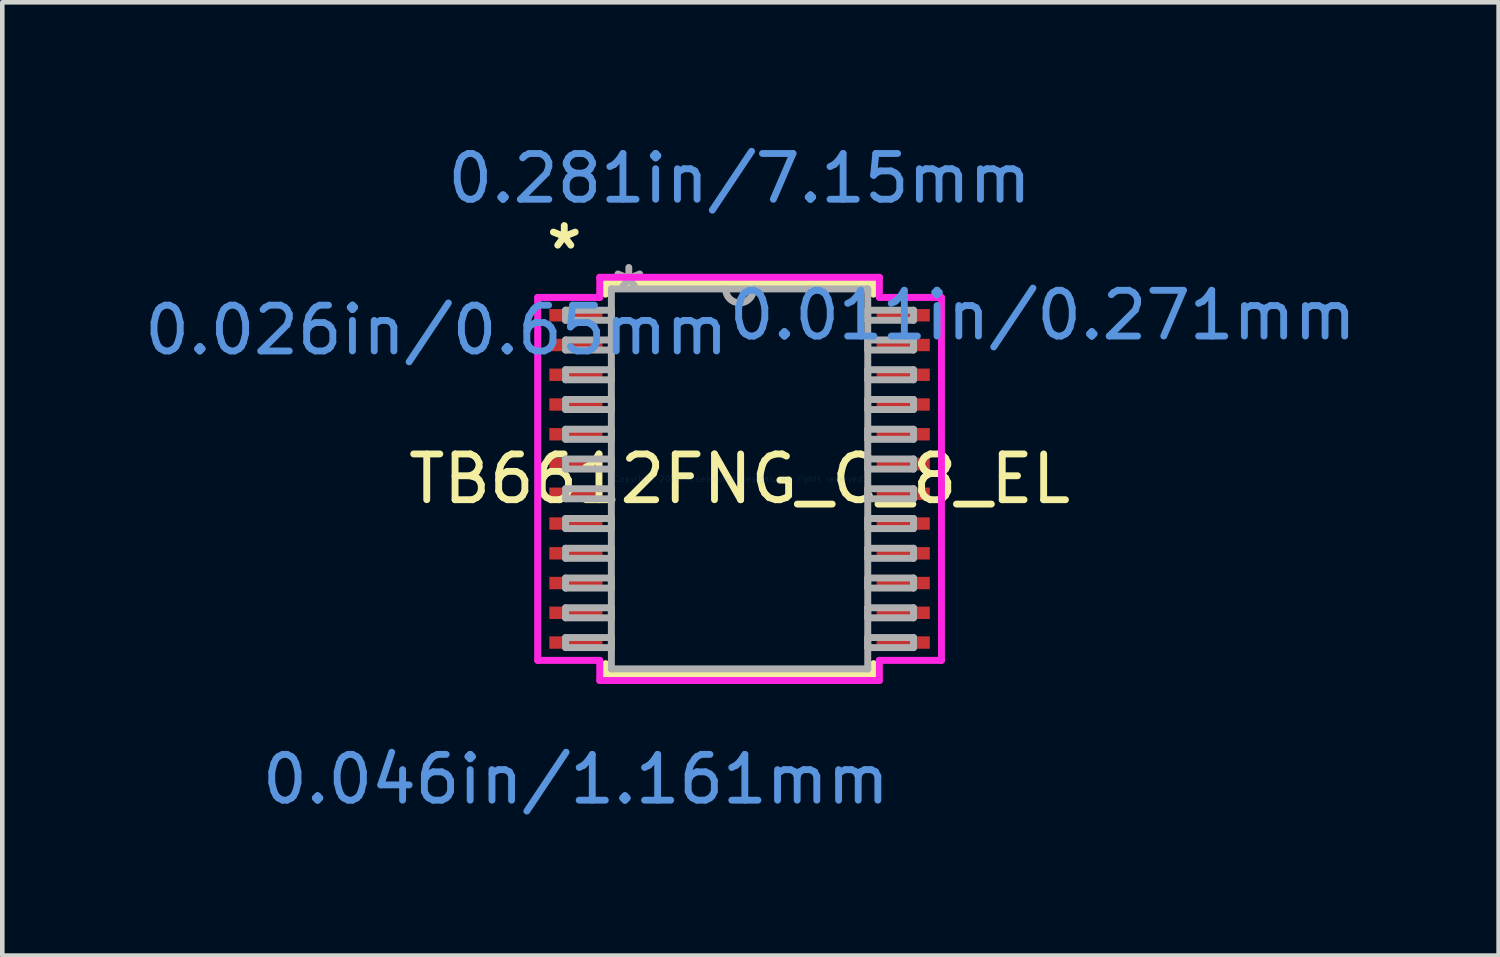
<source format=kicad_pcb>
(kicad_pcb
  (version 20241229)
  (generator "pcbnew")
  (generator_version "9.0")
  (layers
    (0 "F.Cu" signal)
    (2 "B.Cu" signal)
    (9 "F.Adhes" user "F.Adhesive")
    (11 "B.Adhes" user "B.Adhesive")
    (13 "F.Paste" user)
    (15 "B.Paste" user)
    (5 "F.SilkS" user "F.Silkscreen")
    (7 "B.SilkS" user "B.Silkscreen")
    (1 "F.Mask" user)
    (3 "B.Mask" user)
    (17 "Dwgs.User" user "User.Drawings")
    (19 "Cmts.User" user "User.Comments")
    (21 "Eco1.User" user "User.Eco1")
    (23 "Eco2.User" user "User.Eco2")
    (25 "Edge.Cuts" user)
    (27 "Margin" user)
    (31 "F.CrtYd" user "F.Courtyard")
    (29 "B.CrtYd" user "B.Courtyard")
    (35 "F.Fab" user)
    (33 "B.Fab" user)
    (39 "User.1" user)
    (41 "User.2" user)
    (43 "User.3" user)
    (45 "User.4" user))
  (footprint "TB6612FNG_C_8_EL"
    (layer "F.Cu")
    (at 13.105 7.411)
    (property "Reference" "TB6612FNG_C_8_EL" (at 0 0 0) (layer "F.SilkS") (effects (font (size 1 1) (thickness 0.15))))
    (attr through_hole)
    (fp_line (start -2.927 -4.277) (end -2.927 -4.036) (stroke (width 0.152) (type solid)) (layer "F.SilkS"))
    (fp_line (start -2.927 4.036) (end -2.927 4.277) (stroke (width 0.152) (type solid)) (layer "F.SilkS"))
    (fp_line (start -2.927 4.277) (end 2.927 4.277) (stroke (width 0.152) (type solid)) (layer "F.SilkS"))
    (fp_line (start 2.927 -4.277) (end -2.927 -4.277) (stroke (width 0.152) (type solid)) (layer "F.SilkS"))
    (fp_line (start 2.927 -4.036) (end 2.927 -4.277) (stroke (width 0.152) (type solid)) (layer "F.SilkS"))
    (fp_line (start 2.927 4.277) (end 2.927 4.036) (stroke (width 0.152) (type solid)) (layer "F.SilkS"))
    (fp_line (start -4.41 -3.964) (end -3.054 -3.964) (stroke (width 0.152) (type solid)) (layer "F.CrtYd"))
    (fp_line (start -4.41 3.964) (end -4.41 -3.964) (stroke (width 0.152) (type solid)) (layer "F.CrtYd"))
    (fp_line (start -4.41 3.964) (end -3.054 3.964) (stroke (width 0.152) (type solid)) (layer "F.CrtYd"))
    (fp_line (start -3.054 -4.404) (end 3.054 -4.404) (stroke (width 0.152) (type solid)) (layer "F.CrtYd"))
    (fp_line (start -3.054 -3.964) (end -3.054 -4.404) (stroke (width 0.152) (type solid)) (layer "F.CrtYd"))
    (fp_line (start -3.054 4.404) (end -3.054 3.964) (stroke (width 0.152) (type solid)) (layer "F.CrtYd"))
    (fp_line (start 3.054 -4.404) (end 3.054 -3.964) (stroke (width 0.152) (type solid)) (layer "F.CrtYd"))
    (fp_line (start 3.054 3.964) (end 3.054 4.404) (stroke (width 0.152) (type solid)) (layer "F.CrtYd"))
    (fp_line (start 3.054 4.404) (end -3.054 4.404) (stroke (width 0.152) (type solid)) (layer "F.CrtYd"))
    (fp_line (start 4.41 -3.964) (end 3.054 -3.964) (stroke (width 0.152) (type solid)) (layer "F.CrtYd"))
    (fp_line (start 4.41 -3.964) (end 4.41 3.964) (stroke (width 0.152) (type solid)) (layer "F.CrtYd"))
    (fp_line (start 4.41 3.964) (end 3.054 3.964) (stroke (width 0.152) (type solid)) (layer "F.CrtYd"))
    (fp_line (start -3.8 -3.685) (end -3.8 -3.465) (stroke (width 0.152) (type solid)) (layer "F.Fab"))
    (fp_line (start -3.8 -3.465) (end -2.8 -3.465) (stroke (width 0.152) (type solid)) (layer "F.Fab"))
    (fp_line (start -3.8 -3.035) (end -3.8 -2.815) (stroke (width 0.152) (type solid)) (layer "F.Fab"))
    (fp_line (start -3.8 -2.815) (end -2.8 -2.815) (stroke (width 0.152) (type solid)) (layer "F.Fab"))
    (fp_line (start -3.8 -2.385) (end -3.8 -2.165) (stroke (width 0.152) (type solid)) (layer "F.Fab"))
    (fp_line (start -3.8 -2.165) (end -2.8 -2.165) (stroke (width 0.152) (type solid)) (layer "F.Fab"))
    (fp_line (start -3.8 -1.735) (end -3.8 -1.515) (stroke (width 0.152) (type solid)) (layer "F.Fab"))
    (fp_line (start -3.8 -1.515) (end -2.8 -1.515) (stroke (width 0.152) (type solid)) (layer "F.Fab"))
    (fp_line (start -3.8 -1.085) (end -3.8 -0.865) (stroke (width 0.152) (type solid)) (layer "F.Fab"))
    (fp_line (start -3.8 -0.865) (end -2.8 -0.865) (stroke (width 0.152) (type solid)) (layer "F.Fab"))
    (fp_line (start -3.8 -0.435) (end -3.8 -0.215) (stroke (width 0.152) (type solid)) (layer "F.Fab"))
    (fp_line (start -3.8 -0.215) (end -2.8 -0.215) (stroke (width 0.152) (type solid)) (layer "F.Fab"))
    (fp_line (start -3.8 0.215) (end -3.8 0.435) (stroke (width 0.152) (type solid)) (layer "F.Fab"))
    (fp_line (start -3.8 0.435) (end -2.8 0.435) (stroke (width 0.152) (type solid)) (layer "F.Fab"))
    (fp_line (start -3.8 0.865) (end -3.8 1.085) (stroke (width 0.152) (type solid)) (layer "F.Fab"))
    (fp_line (start -3.8 1.085) (end -2.8 1.085) (stroke (width 0.152) (type solid)) (layer "F.Fab"))
    (fp_line (start -3.8 1.515) (end -3.8 1.735) (stroke (width 0.152) (type solid)) (layer "F.Fab"))
    (fp_line (start -3.8 1.735) (end -2.8 1.735) (stroke (width 0.152) (type solid)) (layer "F.Fab"))
    (fp_line (start -3.8 2.165) (end -3.8 2.385) (stroke (width 0.152) (type solid)) (layer "F.Fab"))
    (fp_line (start -3.8 2.385) (end -2.8 2.385) (stroke (width 0.152) (type solid)) (layer "F.Fab"))
    (fp_line (start -3.8 2.815) (end -3.8 3.035) (stroke (width 0.152) (type solid)) (layer "F.Fab"))
    (fp_line (start -3.8 3.035) (end -2.8 3.035) (stroke (width 0.152) (type solid)) (layer "F.Fab"))
    (fp_line (start -3.8 3.465) (end -3.8 3.685) (stroke (width 0.152) (type solid)) (layer "F.Fab"))
    (fp_line (start -3.8 3.685) (end -2.8 3.685) (stroke (width 0.152) (type solid)) (layer "F.Fab"))
    (fp_line (start -2.8 -4.15) (end -2.8 4.15) (stroke (width 0.152) (type solid)) (layer "F.Fab"))
    (fp_line (start -2.8 -3.685) (end -3.8 -3.685) (stroke (width 0.152) (type solid)) (layer "F.Fab"))
    (fp_line (start -2.8 -3.465) (end -2.8 -3.685) (stroke (width 0.152) (type solid)) (layer "F.Fab"))
    (fp_line (start -2.8 -3.035) (end -3.8 -3.035) (stroke (width 0.152) (type solid)) (layer "F.Fab"))
    (fp_line (start -2.8 -2.815) (end -2.8 -3.035) (stroke (width 0.152) (type solid)) (layer "F.Fab"))
    (fp_line (start -2.8 -2.385) (end -3.8 -2.385) (stroke (width 0.152) (type solid)) (layer "F.Fab"))
    (fp_line (start -2.8 -2.165) (end -2.8 -2.385) (stroke (width 0.152) (type solid)) (layer "F.Fab"))
    (fp_line (start -2.8 -1.735) (end -3.8 -1.735) (stroke (width 0.152) (type solid)) (layer "F.Fab"))
    (fp_line (start -2.8 -1.515) (end -2.8 -1.735) (stroke (width 0.152) (type solid)) (layer "F.Fab"))
    (fp_line (start -2.8 -1.085) (end -3.8 -1.085) (stroke (width 0.152) (type solid)) (layer "F.Fab"))
    (fp_line (start -2.8 -0.865) (end -2.8 -1.085) (stroke (width 0.152) (type solid)) (layer "F.Fab"))
    (fp_line (start -2.8 -0.435) (end -3.8 -0.435) (stroke (width 0.152) (type solid)) (layer "F.Fab"))
    (fp_line (start -2.8 -0.215) (end -2.8 -0.435) (stroke (width 0.152) (type solid)) (layer "F.Fab"))
    (fp_line (start -2.8 0.215) (end -3.8 0.215) (stroke (width 0.152) (type solid)) (layer "F.Fab"))
    (fp_line (start -2.8 0.435) (end -2.8 0.215) (stroke (width 0.152) (type solid)) (layer "F.Fab"))
    (fp_line (start -2.8 0.865) (end -3.8 0.865) (stroke (width 0.152) (type solid)) (layer "F.Fab"))
    (fp_line (start -2.8 1.085) (end -2.8 0.865) (stroke (width 0.152) (type solid)) (layer "F.Fab"))
    (fp_line (start -2.8 1.515) (end -3.8 1.515) (stroke (width 0.152) (type solid)) (layer "F.Fab"))
    (fp_line (start -2.8 1.735) (end -2.8 1.515) (stroke (width 0.152) (type solid)) (layer "F.Fab"))
    (fp_line (start -2.8 2.165) (end -3.8 2.165) (stroke (width 0.152) (type solid)) (layer "F.Fab"))
    (fp_line (start -2.8 2.385) (end -2.8 2.165) (stroke (width 0.152) (type solid)) (layer "F.Fab"))
    (fp_line (start -2.8 2.815) (end -3.8 2.815) (stroke (width 0.152) (type solid)) (layer "F.Fab"))
    (fp_line (start -2.8 3.035) (end -2.8 2.815) (stroke (width 0.152) (type solid)) (layer "F.Fab"))
    (fp_line (start -2.8 3.465) (end -3.8 3.465) (stroke (width 0.152) (type solid)) (layer "F.Fab"))
    (fp_line (start -2.8 3.685) (end -2.8 3.465) (stroke (width 0.152) (type solid)) (layer "F.Fab"))
    (fp_line (start -2.8 4.15) (end 2.8 4.15) (stroke (width 0.152) (type solid)) (layer "F.Fab"))
    (fp_line (start 2.8 -4.15) (end -2.8 -4.15) (stroke (width 0.152) (type solid)) (layer "F.Fab"))
    (fp_line (start 2.8 -3.685) (end 2.8 -3.465) (stroke (width 0.152) (type solid)) (layer "F.Fab"))
    (fp_line (start 2.8 -3.465) (end 3.8 -3.465) (stroke (width 0.152) (type solid)) (layer "F.Fab"))
    (fp_line (start 2.8 -3.035) (end 2.8 -2.815) (stroke (width 0.152) (type solid)) (layer "F.Fab"))
    (fp_line (start 2.8 -2.815) (end 3.8 -2.815) (stroke (width 0.152) (type solid)) (layer "F.Fab"))
    (fp_line (start 2.8 -2.385) (end 2.8 -2.165) (stroke (width 0.152) (type solid)) (layer "F.Fab"))
    (fp_line (start 2.8 -2.165) (end 3.8 -2.165) (stroke (width 0.152) (type solid)) (layer "F.Fab"))
    (fp_line (start 2.8 -1.735) (end 2.8 -1.515) (stroke (width 0.152) (type solid)) (layer "F.Fab"))
    (fp_line (start 2.8 -1.515) (end 3.8 -1.515) (stroke (width 0.152) (type solid)) (layer "F.Fab"))
    (fp_line (start 2.8 -1.085) (end 2.8 -0.865) (stroke (width 0.152) (type solid)) (layer "F.Fab"))
    (fp_line (start 2.8 -0.865) (end 3.8 -0.865) (stroke (width 0.152) (type solid)) (layer "F.Fab"))
    (fp_line (start 2.8 -0.435) (end 2.8 -0.215) (stroke (width 0.152) (type solid)) (layer "F.Fab"))
    (fp_line (start 2.8 -0.215) (end 3.8 -0.215) (stroke (width 0.152) (type solid)) (layer "F.Fab"))
    (fp_line (start 2.8 0.215) (end 2.8 0.435) (stroke (width 0.152) (type solid)) (layer "F.Fab"))
    (fp_line (start 2.8 0.435) (end 3.8 0.435) (stroke (width 0.152) (type solid)) (layer "F.Fab"))
    (fp_line (start 2.8 0.865) (end 2.8 1.085) (stroke (width 0.152) (type solid)) (layer "F.Fab"))
    (fp_line (start 2.8 1.085) (end 3.8 1.085) (stroke (width 0.152) (type solid)) (layer "F.Fab"))
    (fp_line (start 2.8 1.515) (end 2.8 1.735) (stroke (width 0.152) (type solid)) (layer "F.Fab"))
    (fp_line (start 2.8 1.735) (end 3.8 1.735) (stroke (width 0.152) (type solid)) (layer "F.Fab"))
    (fp_line (start 2.8 2.165) (end 2.8 2.385) (stroke (width 0.152) (type solid)) (layer "F.Fab"))
    (fp_line (start 2.8 2.385) (end 3.8 2.385) (stroke (width 0.152) (type solid)) (layer "F.Fab"))
    (fp_line (start 2.8 2.815) (end 2.8 3.035) (stroke (width 0.152) (type solid)) (layer "F.Fab"))
    (fp_line (start 2.8 3.035) (end 3.8 3.035) (stroke (width 0.152) (type solid)) (layer "F.Fab"))
    (fp_line (start 2.8 3.465) (end 2.8 3.685) (stroke (width 0.152) (type solid)) (layer "F.Fab"))
    (fp_line (start 2.8 3.685) (end 3.8 3.685) (stroke (width 0.152) (type solid)) (layer "F.Fab"))
    (fp_line (start 2.8 4.15) (end 2.8 -4.15) (stroke (width 0.152) (type solid)) (layer "F.Fab"))
    (fp_line (start 3.8 -3.685) (end 2.8 -3.685) (stroke (width 0.152) (type solid)) (layer "F.Fab"))
    (fp_line (start 3.8 -3.465) (end 3.8 -3.685) (stroke (width 0.152) (type solid)) (layer "F.Fab"))
    (fp_line (start 3.8 -3.035) (end 2.8 -3.035) (stroke (width 0.152) (type solid)) (layer "F.Fab"))
    (fp_line (start 3.8 -2.815) (end 3.8 -3.035) (stroke (width 0.152) (type solid)) (layer "F.Fab"))
    (fp_line (start 3.8 -2.385) (end 2.8 -2.385) (stroke (width 0.152) (type solid)) (layer "F.Fab"))
    (fp_line (start 3.8 -2.165) (end 3.8 -2.385) (stroke (width 0.152) (type solid)) (layer "F.Fab"))
    (fp_line (start 3.8 -1.735) (end 2.8 -1.735) (stroke (width 0.152) (type solid)) (layer "F.Fab"))
    (fp_line (start 3.8 -1.515) (end 3.8 -1.735) (stroke (width 0.152) (type solid)) (layer "F.Fab"))
    (fp_line (start 3.8 -1.085) (end 2.8 -1.085) (stroke (width 0.152) (type solid)) (layer "F.Fab"))
    (fp_line (start 3.8 -0.865) (end 3.8 -1.085) (stroke (width 0.152) (type solid)) (layer "F.Fab"))
    (fp_line (start 3.8 -0.435) (end 2.8 -0.435) (stroke (width 0.152) (type solid)) (layer "F.Fab"))
    (fp_line (start 3.8 -0.215) (end 3.8 -0.435) (stroke (width 0.152) (type solid)) (layer "F.Fab"))
    (fp_line (start 3.8 0.215) (end 2.8 0.215) (stroke (width 0.152) (type solid)) (layer "F.Fab"))
    (fp_line (start 3.8 0.435) (end 3.8 0.215) (stroke (width 0.152) (type solid)) (layer "F.Fab"))
    (fp_line (start 3.8 0.865) (end 2.8 0.865) (stroke (width 0.152) (type solid)) (layer "F.Fab"))
    (fp_line (start 3.8 1.085) (end 3.8 0.865) (stroke (width 0.152) (type solid)) (layer "F.Fab"))
    (fp_line (start 3.8 1.515) (end 2.8 1.515) (stroke (width 0.152) (type solid)) (layer "F.Fab"))
    (fp_line (start 3.8 1.735) (end 3.8 1.515) (stroke (width 0.152) (type solid)) (layer "F.Fab"))
    (fp_line (start 3.8 2.165) (end 2.8 2.165) (stroke (width 0.152) (type solid)) (layer "F.Fab"))
    (fp_line (start 3.8 2.385) (end 3.8 2.165) (stroke (width 0.152) (type solid)) (layer "F.Fab"))
    (fp_line (start 3.8 2.815) (end 2.8 2.815) (stroke (width 0.152) (type solid)) (layer "F.Fab"))
    (fp_line (start 3.8 3.035) (end 3.8 2.815) (stroke (width 0.152) (type solid)) (layer "F.Fab"))
    (fp_line (start 3.8 3.465) (end 2.8 3.465) (stroke (width 0.152) (type solid)) (layer "F.Fab"))
    (fp_line (start 3.8 3.685) (end 3.8 3.465) (stroke (width 0.152) (type solid)) (layer "F.Fab"))
    (fp_arc (start 0.3048 -4.149999) (mid 0 -3.845199) (end -0.3048 -4.149999) (stroke (width 0.1524) (type solid)) (layer "F.Fab"))
    (fp_text user "*" (at -3.829 -4.989 0) (layer "F.SilkS") (effects (font (size 1 1) (thickness 0.15))))
    (fp_text user "0.281in/7.15mm" (at 0 -6.563 0) (layer "Cmts.User") (effects (font (size 1 1) (thickness 0.15))))
    (fp_text user "0.011in/0.271mm" (at 6.623 -3.575 0) (layer "Cmts.User") (effects (font (size 1 1) (thickness 0.15))))
    (fp_text user "0.046in/1.161mm" (at -3.575 6.563 0) (layer "Cmts.User") (effects (font (size 1 1) (thickness 0.15))))
    (fp_text user "0.026in/0.65mm" (at -6.623 -3.25 0) (layer "Cmts.User") (effects (font (size 1 1) (thickness 0.15))))
    (fp_text user "Copyright 2016 Accelerated Designs. All rights reserved." (at 0 0 0) (layer "Cmts.User") (effects (font (size 0.127 0.127) (thickness 0.002))))
    (fp_text user "*" (at -2.419 -4.074 0) (layer "F.Fab") (effects (font (size 1 1) (thickness 0.15))))
    (pad "1" smd rect (at -3.575 -3.575) (size 1.161 0.271) (layers "F.Cu" "F.Mask" "F.Paste"))
    (pad "2" smd rect (at -3.575 -2.925) (size 1.161 0.271) (layers "F.Cu" "F.Mask" "F.Paste"))
    (pad "3" smd rect (at -3.575 -2.275) (size 1.161 0.271) (layers "F.Cu" "F.Mask" "F.Paste"))
    (pad "4" smd rect (at -3.575 -1.625) (size 1.161 0.271) (layers "F.Cu" "F.Mask" "F.Paste"))
    (pad "5" smd rect (at -3.575 -0.975) (size 1.161 0.271) (layers "F.Cu" "F.Mask" "F.Paste"))
    (pad "6" smd rect (at -3.575 -0.325) (size 1.161 0.271) (layers "F.Cu" "F.Mask" "F.Paste"))
    (pad "7" smd rect (at -3.575 0.325) (size 1.161 0.271) (layers "F.Cu" "F.Mask" "F.Paste"))
    (pad "8" smd rect (at -3.575 0.975) (size 1.161 0.271) (layers "F.Cu" "F.Mask" "F.Paste"))
    (pad "9" smd rect (at -3.575 1.625) (size 1.161 0.271) (layers "F.Cu" "F.Mask" "F.Paste"))
    (pad "10" smd rect (at -3.575 2.275) (size 1.161 0.271) (layers "F.Cu" "F.Mask" "F.Paste"))
    (pad "11" smd rect (at -3.575 2.925) (size 1.161 0.271) (layers "F.Cu" "F.Mask" "F.Paste"))
    (pad "12" smd rect (at -3.575 3.575) (size 1.161 0.271) (layers "F.Cu" "F.Mask" "F.Paste"))
    (pad "13" smd rect (at 3.575 3.575) (size 1.161 0.271) (layers "F.Cu" "F.Mask" "F.Paste"))
    (pad "14" smd rect (at 3.575 2.925) (size 1.161 0.271) (layers "F.Cu" "F.Mask" "F.Paste"))
    (pad "15" smd rect (at 3.575 2.275) (size 1.161 0.271) (layers "F.Cu" "F.Mask" "F.Paste"))
    (pad "16" smd rect (at 3.575 1.625) (size 1.161 0.271) (layers "F.Cu" "F.Mask" "F.Paste"))
    (pad "17" smd rect (at 3.575 0.975) (size 1.161 0.271) (layers "F.Cu" "F.Mask" "F.Paste"))
    (pad "18" smd rect (at 3.575 0.325) (size 1.161 0.271) (layers "F.Cu" "F.Mask" "F.Paste"))
    (pad "19" smd rect (at 3.575 -0.325) (size 1.161 0.271) (layers "F.Cu" "F.Mask" "F.Paste"))
    (pad "20" smd rect (at 3.575 -0.975) (size 1.161 0.271) (layers "F.Cu" "F.Mask" "F.Paste"))
    (pad "21" smd rect (at 3.575 -1.625) (size 1.161 0.271) (layers "F.Cu" "F.Mask" "F.Paste"))
    (pad "22" smd rect (at 3.575 -2.275) (size 1.161 0.271) (layers "F.Cu" "F.Mask" "F.Paste"))
    (pad "23" smd rect (at 3.575 -2.925) (size 1.161 0.271) (layers "F.Cu" "F.Mask" "F.Paste"))
    (pad "24" smd rect (at 3.575 -3.575) (size 1.161 0.271) (layers "F.Cu" "F.Mask" "F.Paste")))
  (gr_rect
    (start -3 -3)
    (end 29.686 17.823)
    (stroke (width 0.1) (type default))
    (fill no)
    (layer "Edge.Cuts")))
</source>
